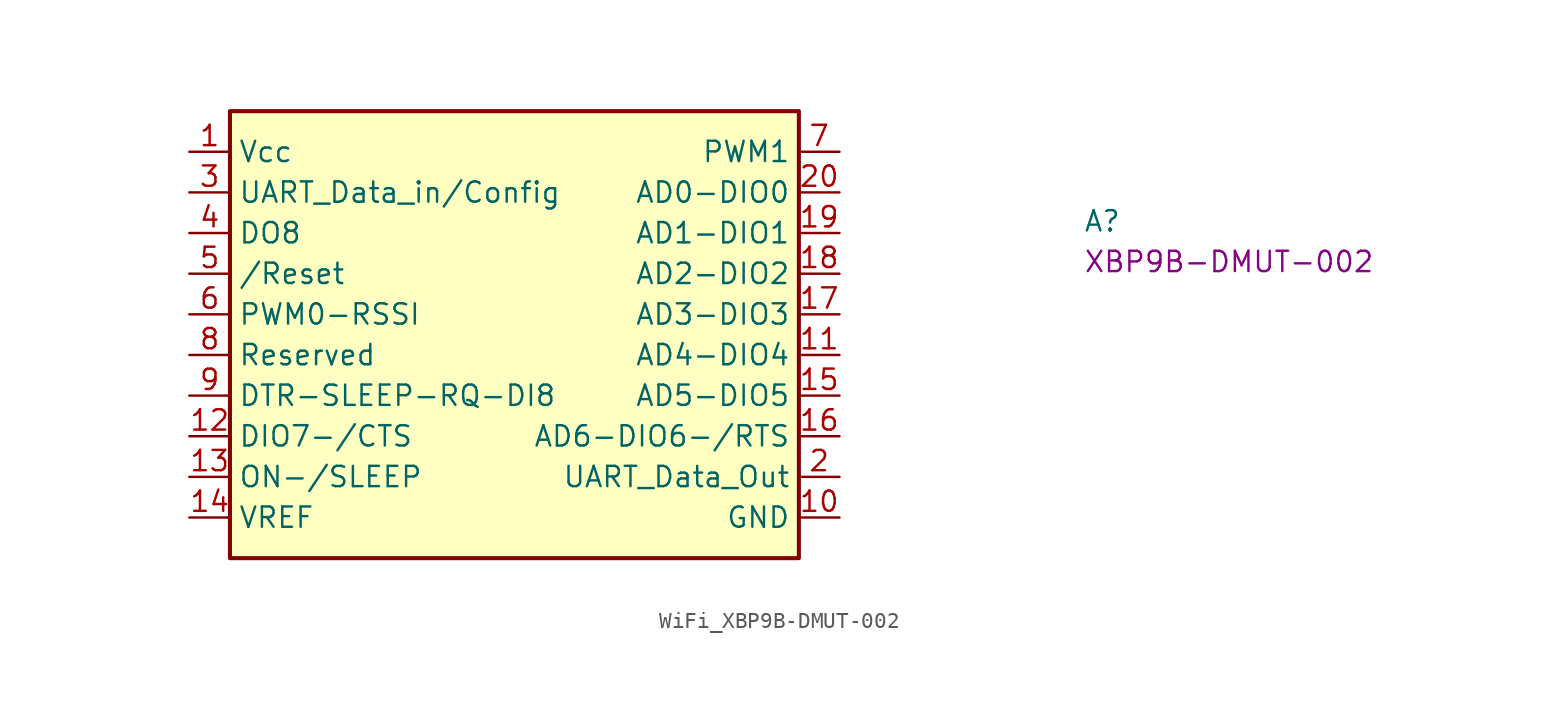
<source format=kicad_sym>
(kicad_symbol_lib
  (version 20220914)
  (generator kicad_symbol_editor)
  (symbol "WiFi_XBP9B-DMUT-002"
    (property "Reference" "A"
      (at 55.88 -5.08 0)
      (effects (font (size 1.27 1.27) (thickness 0.15)) (justify left bottom)))
    (property "MPN" "XBP9B-DMUT-002"
      (at 55.88 -7.62 0)
      (effects (font (size 1.27 1.27) (thickness 0.15)) (justify left bottom)))
    (symbol "WiFi_XBP9B-DMUT-002_1_1"
      (rectangle (start 2.54 2.54) (end 38.1 -25.4) (stroke (width 0.254) (type default)) (fill (type background)))
      (pin power_in line (at 0 0 0) (length 2.54) (name "Vcc" (effects (font (size 1.27 1.27)))) (number "1" (effects (font (size 1.27 1.27)))))
      (pin power_in line (at 40.64 -22.86 180) (length 2.54) (name "GND" (effects (font (size 1.27 1.27)))) (number "10" (effects (font (size 1.27 1.27)))))
      (pin bidirectional line (at 40.64 -12.7 180) (length 2.54) (name "AD4-DIO4" (effects (font (size 1.27 1.27)))) (number "11" (effects (font (size 1.27 1.27)))))
      (pin bidirectional line (at 0 -17.78 0) (length 2.54) (name "DIO7-/CTS" (effects (font (size 1.27 1.27)))) (number "12" (effects (font (size 1.27 1.27)))))
      (pin input line (at 0 -20.32 0) (length 2.54) (name "ON-/SLEEP" (effects (font (size 1.27 1.27)))) (number "13" (effects (font (size 1.27 1.27)))))
      (pin input line (at 0 -22.86 0) (length 2.54) (name "VREF" (effects (font (size 1.27 1.27)))) (number "14" (effects (font (size 1.27 1.27)))))
      (pin bidirectional line (at 40.64 -15.24 180) (length 2.54) (name "AD5-DIO5" (effects (font (size 1.27 1.27)))) (number "15" (effects (font (size 1.27 1.27)))))
      (pin bidirectional line (at 40.64 -17.78 180) (length 2.54) (name "AD6-DIO6-/RTS" (effects (font (size 1.27 1.27)))) (number "16" (effects (font (size 1.27 1.27)))))
      (pin bidirectional line (at 40.64 -10.16 180) (length 2.54) (name "AD3-DIO3" (effects (font (size 1.27 1.27)))) (number "17" (effects (font (size 1.27 1.27)))))
      (pin bidirectional line (at 40.64 -7.62 180) (length 2.54) (name "AD2-DIO2" (effects (font (size 1.27 1.27)))) (number "18" (effects (font (size 1.27 1.27)))))
      (pin bidirectional line (at 40.64 -5.08 180) (length 2.54) (name "AD1-DIO1" (effects (font (size 1.27 1.27)))) (number "19" (effects (font (size 1.27 1.27)))))
      (pin output line (at 40.64 -20.32 180) (length 2.54) (name "UART_Data_Out" (effects (font (size 1.27 1.27)))) (number "2" (effects (font (size 1.27 1.27)))))
      (pin bidirectional line (at 40.64 -2.54 180) (length 2.54) (name "AD0-DIO0" (effects (font (size 1.27 1.27)))) (number "20" (effects (font (size 1.27 1.27)))))
      (pin input line (at 0 -2.54 0) (length 2.54) (name "UART_Data_in/Config" (effects (font (size 1.27 1.27)))) (number "3" (effects (font (size 1.27 1.27)))))
      (pin bidirectional line (at 0 -5.08 0) (length 2.54) (name "DO8" (effects (font (size 1.27 1.27)))) (number "4" (effects (font (size 1.27 1.27)))))
      (pin input line (at 0 -7.62 0) (length 2.54) (name "/Reset" (effects (font (size 1.27 1.27)))) (number "5" (effects (font (size 1.27 1.27)))))
      (pin bidirectional line (at 0 -10.16 0) (length 2.54) (name "PWM0-RSSI" (effects (font (size 1.27 1.27)))) (number "6" (effects (font (size 1.27 1.27)))))
      (pin output line (at 40.64 0 180) (length 2.54) (name "PWM1" (effects (font (size 1.27 1.27)))) (number "7" (effects (font (size 1.27 1.27)))))
      (pin bidirectional line (at 0 -12.7 0) (length 2.54) (name "Reserved" (effects (font (size 1.27 1.27)))) (number "8" (effects (font (size 1.27 1.27)))))
      (pin bidirectional line (at 0 -15.24 0) (length 2.54) (name "DTR-SLEEP-RQ-DI8" (effects (font (size 1.27 1.27)))) (number "9" (effects (font (size 1.27 1.27))))))))
</source>
